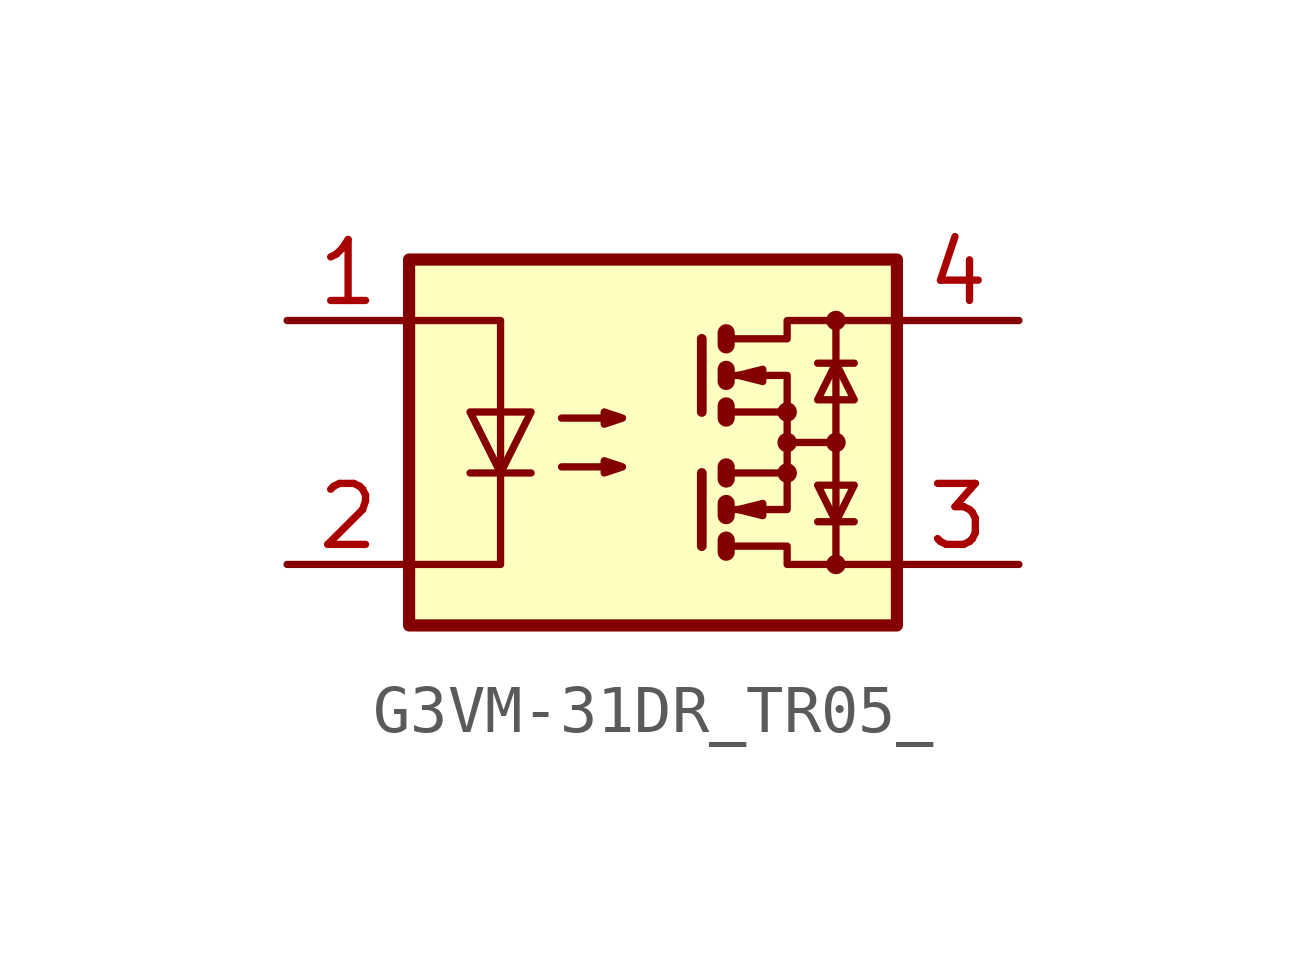
<source format=kicad_sym>
(kicad_symbol_lib
  (version 20241209)
  (generator "kicad_symbol_editor")
  (generator_version "9.0")
  (symbol "G3VM-31DR_TR05_"
    (property "Reference" "K"
      (at 8.128 -2.032 0)
      (effects (font (size 1.27 1.27)) (justify left top) (hide yes)))
    (symbol "G3VM-31DR_TR05__0_1"
      (rectangle (start 0 0) (end 10.16 -7.62) (stroke (width 0.254) (type default)) (fill (type background)))
      (polyline (pts (xy 0 -1.27) (xy 1.905 -1.27) (xy 1.905 -6.35) (xy 0 -6.35)) (stroke (width 0) (type default)) (fill (type none)))
      (polyline (pts (xy 1.27 -4.445) (xy 2.54 -4.445)) (stroke (width 0) (type default)) (fill (type none)))
      (polyline (pts (xy 1.905 -4.445) (xy 1.27 -3.175) (xy 2.54 -3.175) (xy 1.905 -4.445)) (stroke (width 0) (type default)) (fill (type none)))
      (polyline (pts (xy 3.175 -3.302) (xy 4.445 -3.302) (xy 4.064 -3.429) (xy 4.064 -3.175) (xy 4.445 -3.302)) (stroke (width 0) (type default)) (fill (type none)))
      (polyline (pts (xy 3.175 -4.318) (xy 4.445 -4.318) (xy 4.064 -4.445) (xy 4.064 -4.191) (xy 4.445 -4.318)) (stroke (width 0) (type default)) (fill (type none)))
      (polyline (pts (xy 6.096 -1.651) (xy 6.096 -3.175)) (stroke (width 0.203) (type default)) (fill (type none)))
      (polyline (pts (xy 6.096 -4.445) (xy 6.096 -5.969)) (stroke (width 0.203) (type default)) (fill (type none)))
      (polyline (pts (xy 6.604 -1.524) (xy 6.604 -1.778) (xy 6.604 -1.778)) (stroke (width 0.356) (type default)) (fill (type none)))
      (polyline (pts (xy 6.604 -2.286) (xy 6.604 -2.54) (xy 6.604 -2.54)) (stroke (width 0.356) (type default)) (fill (type none)))
      (polyline (pts (xy 6.604 -3.048) (xy 6.604 -3.302) (xy 6.604 -3.302)) (stroke (width 0.356) (type default)) (fill (type none)))
      (polyline (pts (xy 6.604 -4.318) (xy 6.604 -4.572)) (stroke (width 0.356) (type default)) (fill (type none)))
      (polyline (pts (xy 6.604 -5.08) (xy 6.604 -5.334) (xy 6.604 -5.334)) (stroke (width 0.356) (type default)) (fill (type none)))
      (polyline (pts (xy 6.604 -5.842) (xy 6.604 -6.096) (xy 6.604 -6.096)) (stroke (width 0.356) (type default)) (fill (type none)))
      (polyline (pts (xy 6.731 -1.651) (xy 7.874 -1.651) (xy 7.874 -1.27) (xy 10.16 -1.27)) (stroke (width 0) (type default)) (fill (type none)))
      (polyline (pts (xy 6.731 -2.413) (xy 7.874 -2.413) (xy 7.874 -3.175)) (stroke (width 0) (type default)) (fill (type none)))
      (polyline (pts (xy 6.731 -4.445) (xy 7.874 -4.445) (xy 7.874 -3.175) (xy 6.731 -3.175)) (stroke (width 0) (type default)) (fill (type none)))
      (polyline (pts (xy 6.731 -5.207) (xy 7.874 -5.207) (xy 7.874 -4.445)) (stroke (width 0) (type default)) (fill (type none)))
      (polyline (pts (xy 6.731 -5.969) (xy 7.874 -5.969) (xy 7.874 -6.35) (xy 10.16 -6.35)) (stroke (width 0) (type default)) (fill (type none)))
      (polyline (pts (xy 6.858 -2.413) (xy 7.366 -2.286) (xy 7.366 -2.54) (xy 6.858 -2.413)) (stroke (width 0) (type default)) (fill (type none)))
      (polyline (pts (xy 6.858 -5.207) (xy 7.366 -5.08) (xy 7.366 -5.334) (xy 6.858 -5.207)) (stroke (width 0) (type default)) (fill (type none)))
      (circle (center 7.874 -3.175) (radius 0.127) (stroke (width 0) (type default)) (fill (type none)))
      (polyline (pts (xy 7.874 -3.81) (xy 8.89 -3.81)) (stroke (width 0) (type default)) (fill (type none)))
      (circle (center 7.874 -3.81) (radius 0.127) (stroke (width 0) (type default)) (fill (type none)))
      (circle (center 7.874 -4.445) (radius 0.127) (stroke (width 0) (type default)) (fill (type none)))
      (polyline (pts (xy 8.509 -2.159) (xy 9.271 -2.159)) (stroke (width 0) (type default)) (fill (type none)))
      (polyline (pts (xy 8.509 -5.461) (xy 9.271 -5.461)) (stroke (width 0) (type default)) (fill (type none)))
      (circle (center 8.89 -1.27) (radius 0.127) (stroke (width 0) (type default)) (fill (type none)))
      (polyline (pts (xy 8.89 -2.159) (xy 8.509 -2.921) (xy 9.271 -2.921) (xy 8.89 -2.159)) (stroke (width 0) (type default)) (fill (type none)))
      (circle (center 8.89 -3.81) (radius 0.127) (stroke (width 0) (type default)) (fill (type none)))
      (polyline (pts (xy 8.89 -5.461) (xy 8.509 -4.699) (xy 9.271 -4.699) (xy 8.89 -5.461)) (stroke (width 0) (type default)) (fill (type none)))
      (polyline (pts (xy 8.89 -6.35) (xy 8.89 -1.27)) (stroke (width 0) (type default)) (fill (type none)))
      (circle (center 8.89 -6.35) (radius 0.127) (stroke (width 0) (type default)) (fill (type none))))
    (symbol "G3VM-31DR_TR05__1_1"
      (pin passive line (at -2.54 -1.27 0) (length 2.54) (name "~" (effects (font (size 1.27 1.27)))) (number "1" (effects (font (size 1.27 1.27)))))
      (pin passive line (at -2.54 -6.35 0) (length 2.54) (name "~" (effects (font (size 1.27 1.27)))) (number "2" (effects (font (size 1.27 1.27)))))
      (pin passive line (at 12.7 -1.27 180) (length 2.54) (name "~" (effects (font (size 1.27 1.27)))) (number "4" (effects (font (size 1.27 1.27)))))
      (pin passive line (at 12.7 -6.35 180) (length 2.54) (name "~" (effects (font (size 1.27 1.27)))) (number "3" (effects (font (size 1.27 1.27))))))))
</source>
